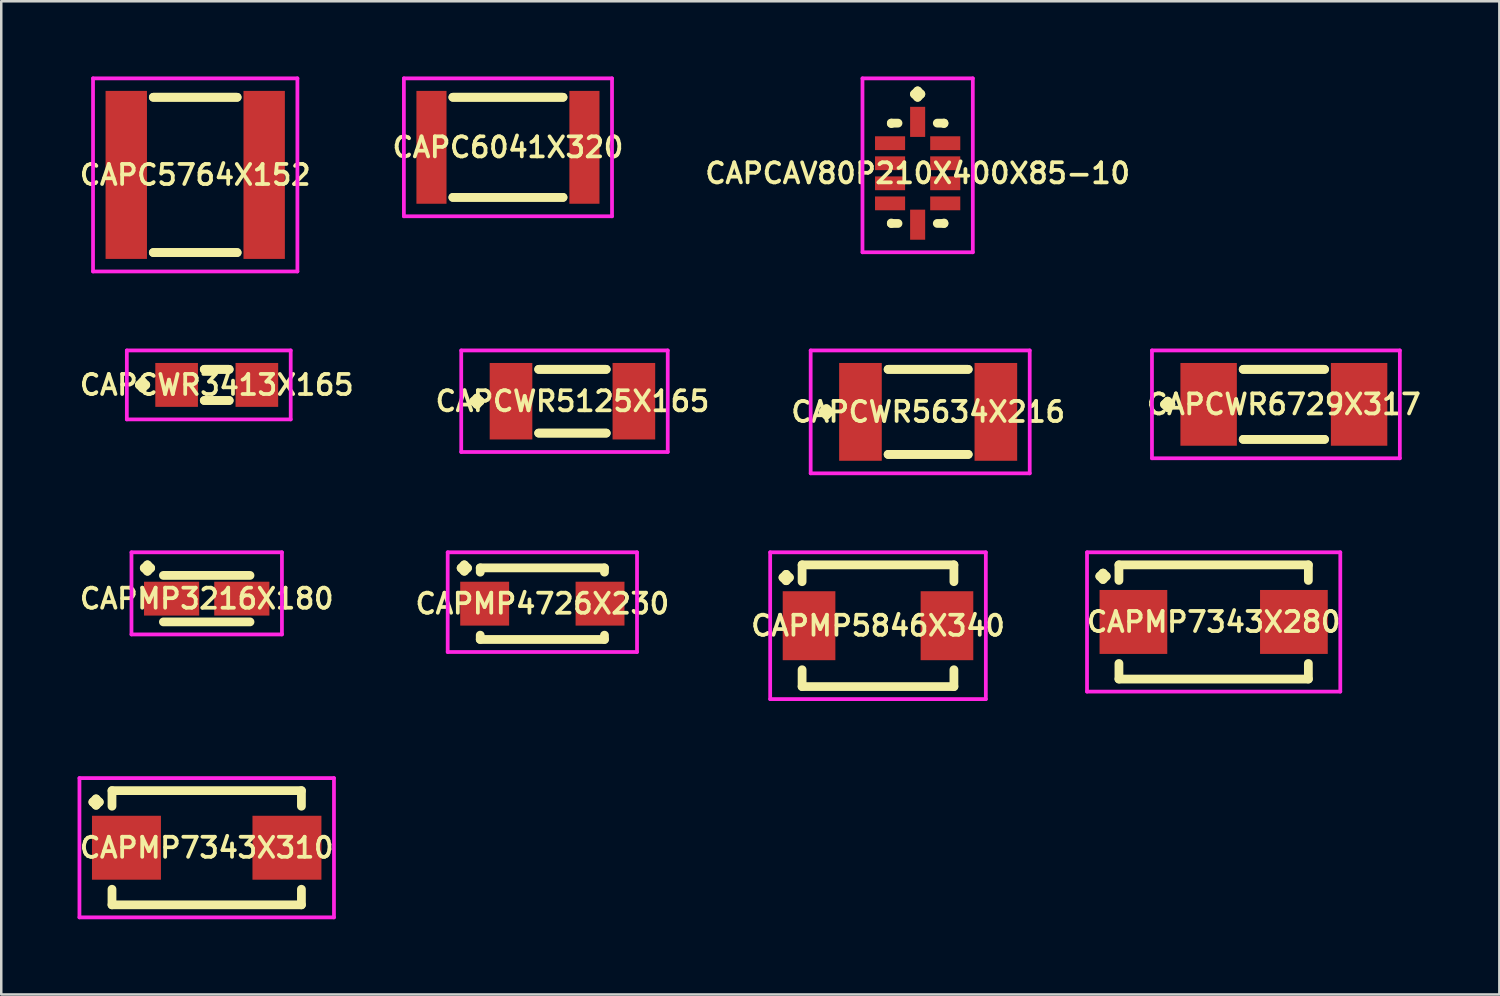
<source format=kicad_pcb>
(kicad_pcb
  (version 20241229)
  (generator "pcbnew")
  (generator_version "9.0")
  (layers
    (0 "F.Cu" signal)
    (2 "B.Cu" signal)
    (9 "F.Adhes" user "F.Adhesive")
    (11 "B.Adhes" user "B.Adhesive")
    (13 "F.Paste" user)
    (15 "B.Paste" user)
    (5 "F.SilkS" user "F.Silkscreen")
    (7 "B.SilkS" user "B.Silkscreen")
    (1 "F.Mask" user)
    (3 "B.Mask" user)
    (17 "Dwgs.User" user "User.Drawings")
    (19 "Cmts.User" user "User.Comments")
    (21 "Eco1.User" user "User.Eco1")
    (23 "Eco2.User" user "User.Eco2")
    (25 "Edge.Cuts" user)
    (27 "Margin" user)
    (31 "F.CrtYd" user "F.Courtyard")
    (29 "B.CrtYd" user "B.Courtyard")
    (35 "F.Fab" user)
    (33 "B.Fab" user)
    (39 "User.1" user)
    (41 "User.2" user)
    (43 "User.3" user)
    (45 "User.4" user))
  (footprint "CAPCWR3413X165"
    (layer "F.Cu")
    (at 5.593 12.3)
    (property "Reference" "CAPCWR3413X165" (at 0 0 0) (layer "F.SilkS") (effects (font (size 0.8 0.8) (thickness 0.15))))
    (attr smd)
    (fp_line (start -3.085 0) (end -2.958 -0.127) (stroke (width 0.35) (type solid)) (layer "F.SilkS"))
    (fp_line (start -2.958 -0.127) (end -2.831 0) (stroke (width 0.35) (type solid)) (layer "F.SilkS"))
    (fp_line (start -2.958 0.127) (end -3.085 0) (stroke (width 0.35) (type solid)) (layer "F.SilkS"))
    (fp_line (start -2.831 0) (end -2.958 0.127) (stroke (width 0.35) (type solid)) (layer "F.SilkS"))
    (fp_line (start -0.496 -0.621) (end 0.496 -0.621) (stroke (width 0.35) (type solid)) (layer "F.SilkS"))
    (fp_line (start -0.496 0.621) (end 0.496 0.621) (stroke (width 0.35) (type solid)) (layer "F.SilkS"))
    (fp_line (start 0.496 -0.621) (end -0.496 -0.621) (stroke (width 0.35) (type solid)) (layer "F.SilkS"))
    (fp_line (start 0.496 0.621) (end -0.496 0.621) (stroke (width 0.35) (type solid)) (layer "F.SilkS"))
    (fp_line (start -3.585 -1.375) (end 2.95 -1.375) (stroke (width 0.15) (type solid)) (layer "F.CrtYd"))
    (fp_line (start -3.585 1.375) (end -3.585 -1.375) (stroke (width 0.15) (type solid)) (layer "F.CrtYd"))
    (fp_line (start 2.95 -1.375) (end 2.95 1.375) (stroke (width 0.15) (type solid)) (layer "F.CrtYd"))
    (fp_line (start 2.95 1.375) (end -3.585 1.375) (stroke (width 0.15) (type solid)) (layer "F.CrtYd"))
    (pad "1" smd rect (at -1.6 0) (size 1.7 1.75) (layers "F.Cu" "F.Mask" "F.Paste"))
    (pad "2" smd rect (at 1.6 0) (size 1.7 1.75) (layers "F.Cu" "F.Mask" "F.Paste")))
  (footprint "CAPCWR5125X165"
    (layer "F.Cu")
    (at 19.778 12.95)
    (property "Reference" "CAPCWR5125X165" (at 0 0 0) (layer "F.SilkS") (effects (font (size 0.8 0.8) (thickness 0.15))))
    (attr smd)
    (fp_line (start -3.935 0) (end -3.808 -0.127) (stroke (width 0.35) (type solid)) (layer "F.SilkS"))
    (fp_line (start -3.808 -0.127) (end -3.681 0) (stroke (width 0.35) (type solid)) (layer "F.SilkS"))
    (fp_line (start -3.808 0.127) (end -3.935 0) (stroke (width 0.35) (type solid)) (layer "F.SilkS"))
    (fp_line (start -3.681 0) (end -3.808 0.127) (stroke (width 0.35) (type solid)) (layer "F.SilkS"))
    (fp_line (start -1.346 -1.271) (end 1.346 -1.271) (stroke (width 0.35) (type solid)) (layer "F.SilkS"))
    (fp_line (start -1.346 1.271) (end 1.346 1.271) (stroke (width 0.35) (type solid)) (layer "F.SilkS"))
    (fp_line (start 1.346 -1.271) (end -1.346 -1.271) (stroke (width 0.35) (type solid)) (layer "F.SilkS"))
    (fp_line (start 1.346 1.271) (end -1.346 1.271) (stroke (width 0.35) (type solid)) (layer "F.SilkS"))
    (fp_line (start -4.435 -2.025) (end 3.8 -2.025) (stroke (width 0.15) (type solid)) (layer "F.CrtYd"))
    (fp_line (start -4.435 2.025) (end -4.435 -2.025) (stroke (width 0.15) (type solid)) (layer "F.CrtYd"))
    (fp_line (start 3.8 -2.025) (end 3.8 2.025) (stroke (width 0.15) (type solid)) (layer "F.CrtYd"))
    (fp_line (start 3.8 2.025) (end -4.435 2.025) (stroke (width 0.15) (type solid)) (layer "F.CrtYd"))
    (pad "1" smd rect (at -2.45 0) (size 1.7 3.05) (layers "F.Cu" "F.Mask" "F.Paste"))
    (pad "2" smd rect (at 2.45 0) (size 1.7 3.05) (layers "F.Cu" "F.Mask" "F.Paste")))
  (footprint "CAPMP7343X280"
    (layer "F.Cu")
    (at 45.348 21.752)
    (property "Reference" "CAPMP7343X280" (at 0 0 0) (layer "F.SilkS") (effects (font (size 0.8 0.8) (thickness 0.15))))
    (attr smd)
    (fp_line (start -4.539 -1.821) (end -4.412 -1.948) (stroke (width 0.35) (type solid)) (layer "F.SilkS"))
    (fp_line (start -4.412 -1.948) (end -4.285 -1.821) (stroke (width 0.35) (type solid)) (layer "F.SilkS"))
    (fp_line (start -4.412 -1.694) (end -4.539 -1.821) (stroke (width 0.35) (type solid)) (layer "F.SilkS"))
    (fp_line (start -4.285 -1.821) (end -4.412 -1.694) (stroke (width 0.35) (type solid)) (layer "F.SilkS"))
    (fp_line (start -3.777 -2.277) (end 3.777 -2.277) (stroke (width 0.35) (type solid)) (layer "F.SilkS"))
    (fp_line (start -3.777 -1.656) (end -3.777 -2.277) (stroke (width 0.35) (type solid)) (layer "F.SilkS"))
    (fp_line (start -3.777 1.656) (end -3.777 2.277) (stroke (width 0.35) (type solid)) (layer "F.SilkS"))
    (fp_line (start -3.777 2.277) (end 3.777 2.277) (stroke (width 0.35) (type solid)) (layer "F.SilkS"))
    (fp_line (start 3.777 -2.277) (end 3.777 -1.656) (stroke (width 0.35) (type solid)) (layer "F.SilkS"))
    (fp_line (start 3.777 2.277) (end 3.777 1.656) (stroke (width 0.35) (type solid)) (layer "F.SilkS"))
    (fp_line (start -5.05 -2.777) (end 5.05 -2.777) (stroke (width 0.15) (type solid)) (layer "F.CrtYd"))
    (fp_line (start -5.05 2.777) (end -5.05 -2.777) (stroke (width 0.15) (type solid)) (layer "F.CrtYd"))
    (fp_line (start 5.05 -2.777) (end 5.05 2.777) (stroke (width 0.15) (type solid)) (layer "F.CrtYd"))
    (fp_line (start 5.05 2.777) (end -5.05 2.777) (stroke (width 0.15) (type solid)) (layer "F.CrtYd"))
    (pad "1" smd rect (at -3.2 0) (size 2.7 2.55) (layers "F.Cu" "F.Mask" "F.Paste"))
    (pad "2" smd rect (at 3.2 0) (size 2.7 2.55) (layers "F.Cu" "F.Mask" "F.Paste")))
  (footprint "CAPCAV80P210X400X85-10"
    (layer "F.Cu")
    (at 33.544 3.86)
    (property "Reference" "CAPCAV80P210X400X85-10" (at 0 0 0) (layer "F.SilkS") (effects (font (size 0.8 0.8) (thickness 0.15))))
    (attr smd)
    (fp_line (start -1.05 -2) (end -0.783 -2) (stroke (width 0.35) (type solid)) (layer "F.SilkS"))
    (fp_line (start -1.05 -1.983) (end -1.05 -2) (stroke (width 0.35) (type solid)) (layer "F.SilkS"))
    (fp_line (start -1.05 1.983) (end -1.05 2) (stroke (width 0.35) (type solid)) (layer "F.SilkS"))
    (fp_line (start -1.05 2) (end -0.783 2) (stroke (width 0.35) (type solid)) (layer "F.SilkS"))
    (fp_line (start -0.127 -3.158) (end 0 -3.285) (stroke (width 0.35) (type solid)) (layer "F.SilkS"))
    (fp_line (start 0 -3.285) (end 0.127 -3.158) (stroke (width 0.35) (type solid)) (layer "F.SilkS"))
    (fp_line (start 0 -3.031) (end -0.127 -3.158) (stroke (width 0.35) (type solid)) (layer "F.SilkS"))
    (fp_line (start 0.127 -3.158) (end 0 -3.031) (stroke (width 0.35) (type solid)) (layer "F.SilkS"))
    (fp_line (start 1.05 -2) (end 0.783 -2) (stroke (width 0.35) (type solid)) (layer "F.SilkS"))
    (fp_line (start 1.05 -1.983) (end 1.05 -2) (stroke (width 0.35) (type solid)) (layer "F.SilkS"))
    (fp_line (start 1.05 1.983) (end 1.05 2) (stroke (width 0.35) (type solid)) (layer "F.SilkS"))
    (fp_line (start 1.05 2) (end 0.783 2) (stroke (width 0.35) (type solid)) (layer "F.SilkS"))
    (fp_line (start -2.2 -3.785) (end 2.2 -3.785) (stroke (width 0.15) (type solid)) (layer "F.CrtYd"))
    (fp_line (start -2.2 3.15) (end -2.2 -3.785) (stroke (width 0.15) (type solid)) (layer "F.CrtYd"))
    (fp_line (start 2.2 -3.785) (end 2.2 3.15) (stroke (width 0.15) (type solid)) (layer "F.CrtYd"))
    (fp_line (start 2.2 3.15) (end -2.2 3.15) (stroke (width 0.15) (type solid)) (layer "F.CrtYd"))
    (pad "1" smd rect (at 0 -2.05) (size 0.6 1.2) (layers "F.Cu" "F.Mask" "F.Paste"))
    (pad "2" smd rect (at -1.1 -1.2) (size 1.2 0.55) (layers "F.Cu" "F.Mask" "F.Paste"))
    (pad "3" smd rect (at -1.1 -0.4) (size 1.2 0.55) (layers "F.Cu" "F.Mask" "F.Paste"))
    (pad "4" smd rect (at -1.1 0.4) (size 1.2 0.55) (layers "F.Cu" "F.Mask" "F.Paste"))
    (pad "5" smd rect (at -1.1 1.2) (size 1.2 0.55) (layers "F.Cu" "F.Mask" "F.Paste"))
    (pad "6" smd rect (at 0 2.05) (size 0.6 1.2) (layers "F.Cu" "F.Mask" "F.Paste"))
    (pad "7" smd rect (at 1.1 1.2) (size 1.2 0.55) (layers "F.Cu" "F.Mask" "F.Paste"))
    (pad "8" smd rect (at 1.1 0.4) (size 1.2 0.55) (layers "F.Cu" "F.Mask" "F.Paste"))
    (pad "9" smd rect (at 1.1 -0.4) (size 1.2 0.55) (layers "F.Cu" "F.Mask" "F.Paste"))
    (pad "10" smd rect (at 1.1 -1.2) (size 1.2 0.55) (layers "F.Cu" "F.Mask" "F.Paste")))
  (footprint "CAPMP7343X310"
    (layer "F.Cu")
    (at 5.193 30.756)
    (property "Reference" "CAPMP7343X310" (at 0 0 0) (layer "F.SilkS") (effects (font (size 0.8 0.8) (thickness 0.15))))
    (attr smd)
    (fp_line (start -4.539 -1.821) (end -4.412 -1.948) (stroke (width 0.35) (type solid)) (layer "F.SilkS"))
    (fp_line (start -4.412 -1.948) (end -4.285 -1.821) (stroke (width 0.35) (type solid)) (layer "F.SilkS"))
    (fp_line (start -4.412 -1.694) (end -4.539 -1.821) (stroke (width 0.35) (type solid)) (layer "F.SilkS"))
    (fp_line (start -4.285 -1.821) (end -4.412 -1.694) (stroke (width 0.35) (type solid)) (layer "F.SilkS"))
    (fp_line (start -3.777 -2.277) (end 3.777 -2.277) (stroke (width 0.35) (type solid)) (layer "F.SilkS"))
    (fp_line (start -3.777 -1.656) (end -3.777 -2.277) (stroke (width 0.35) (type solid)) (layer "F.SilkS"))
    (fp_line (start -3.777 1.656) (end -3.777 2.277) (stroke (width 0.35) (type solid)) (layer "F.SilkS"))
    (fp_line (start -3.777 2.277) (end 3.777 2.277) (stroke (width 0.35) (type solid)) (layer "F.SilkS"))
    (fp_line (start 3.777 -2.277) (end 3.777 -1.656) (stroke (width 0.35) (type solid)) (layer "F.SilkS"))
    (fp_line (start 3.777 2.277) (end 3.777 1.656) (stroke (width 0.35) (type solid)) (layer "F.SilkS"))
    (fp_line (start -5.075 -2.777) (end 5.075 -2.777) (stroke (width 0.15) (type solid)) (layer "F.CrtYd"))
    (fp_line (start -5.075 2.777) (end -5.075 -2.777) (stroke (width 0.15) (type solid)) (layer "F.CrtYd"))
    (fp_line (start 5.075 -2.777) (end 5.075 2.777) (stroke (width 0.15) (type solid)) (layer "F.CrtYd"))
    (fp_line (start 5.075 2.777) (end -5.075 2.777) (stroke (width 0.15) (type solid)) (layer "F.CrtYd"))
    (pad "1" smd rect (at -3.2 0) (size 2.75 2.55) (layers "F.Cu" "F.Mask" "F.Paste"))
    (pad "2" smd rect (at 3.2 0) (size 2.75 2.55) (layers "F.Cu" "F.Mask" "F.Paste")))
  (footprint "CAPMP5846X340"
    (layer "F.Cu")
    (at 31.963 21.902)
    (property "Reference" "CAPMP5846X340" (at 0 0 0) (layer "F.SilkS") (effects (font (size 0.8 0.8) (thickness 0.15))))
    (attr smd)
    (fp_line (start -3.789 -1.921) (end -3.662 -2.048) (stroke (width 0.35) (type solid)) (layer "F.SilkS"))
    (fp_line (start -3.662 -2.048) (end -3.535 -1.921) (stroke (width 0.35) (type solid)) (layer "F.SilkS"))
    (fp_line (start -3.662 -1.794) (end -3.789 -1.921) (stroke (width 0.35) (type solid)) (layer "F.SilkS"))
    (fp_line (start -3.535 -1.921) (end -3.662 -1.794) (stroke (width 0.35) (type solid)) (layer "F.SilkS"))
    (fp_line (start -3.027 -2.427) (end 3.027 -2.427) (stroke (width 0.35) (type solid)) (layer "F.SilkS"))
    (fp_line (start -3.027 -1.756) (end -3.027 -2.427) (stroke (width 0.35) (type solid)) (layer "F.SilkS"))
    (fp_line (start -3.027 1.756) (end -3.027 2.427) (stroke (width 0.35) (type solid)) (layer "F.SilkS"))
    (fp_line (start -3.027 2.427) (end 3.027 2.427) (stroke (width 0.35) (type solid)) (layer "F.SilkS"))
    (fp_line (start 3.027 -2.427) (end 3.027 -1.756) (stroke (width 0.35) (type solid)) (layer "F.SilkS"))
    (fp_line (start 3.027 2.427) (end 3.027 1.756) (stroke (width 0.35) (type solid)) (layer "F.SilkS"))
    (fp_line (start -4.3 -2.927) (end 4.3 -2.927) (stroke (width 0.15) (type solid)) (layer "F.CrtYd"))
    (fp_line (start -4.3 2.927) (end -4.3 -2.927) (stroke (width 0.15) (type solid)) (layer "F.CrtYd"))
    (fp_line (start 4.3 -2.927) (end 4.3 2.927) (stroke (width 0.15) (type solid)) (layer "F.CrtYd"))
    (fp_line (start 4.3 2.927) (end -4.3 2.927) (stroke (width 0.15) (type solid)) (layer "F.CrtYd"))
    (pad "1" smd rect (at -2.75 0) (size 2.1 2.75) (layers "F.Cu" "F.Mask" "F.Paste"))
    (pad "2" smd rect (at 2.75 0) (size 2.1 2.75) (layers "F.Cu" "F.Mask" "F.Paste")))
  (footprint "CAPCWR6729X317"
    (layer "F.Cu")
    (at 48.148 13.075)
    (property "Reference" "CAPCWR6729X317" (at 0 0 0) (layer "F.SilkS") (effects (font (size 0.8 0.8) (thickness 0.15))))
    (attr smd)
    (fp_line (start -4.76 0) (end -4.633 -0.127) (stroke (width 0.35) (type solid)) (layer "F.SilkS"))
    (fp_line (start -4.633 -0.127) (end -4.506 0) (stroke (width 0.35) (type solid)) (layer "F.SilkS"))
    (fp_line (start -4.633 0.127) (end -4.76 0) (stroke (width 0.35) (type solid)) (layer "F.SilkS"))
    (fp_line (start -4.506 0) (end -4.633 0.127) (stroke (width 0.35) (type solid)) (layer "F.SilkS"))
    (fp_line (start -1.621 -1.396) (end 1.621 -1.396) (stroke (width 0.35) (type solid)) (layer "F.SilkS"))
    (fp_line (start -1.621 1.396) (end 1.621 1.396) (stroke (width 0.35) (type solid)) (layer "F.SilkS"))
    (fp_line (start 1.621 -1.396) (end -1.621 -1.396) (stroke (width 0.35) (type solid)) (layer "F.SilkS"))
    (fp_line (start 1.621 1.396) (end -1.621 1.396) (stroke (width 0.35) (type solid)) (layer "F.SilkS"))
    (fp_line (start -5.26 -2.15) (end 4.625 -2.15) (stroke (width 0.15) (type solid)) (layer "F.CrtYd"))
    (fp_line (start -5.26 2.15) (end -5.26 -2.15) (stroke (width 0.15) (type solid)) (layer "F.CrtYd"))
    (fp_line (start 4.625 -2.15) (end 4.625 2.15) (stroke (width 0.15) (type solid)) (layer "F.CrtYd"))
    (fp_line (start 4.625 2.15) (end -5.26 2.15) (stroke (width 0.15) (type solid)) (layer "F.CrtYd"))
    (pad "1" smd rect (at -3 0) (size 2.25 3.3) (layers "F.Cu" "F.Mask" "F.Paste"))
    (pad "2" smd rect (at 3 0) (size 2.25 3.3) (layers "F.Cu" "F.Mask" "F.Paste")))
  (footprint "CAPMP4726X230"
    (layer "F.Cu")
    (at 18.578 21.023)
    (property "Reference" "CAPMP4726X230" (at 0 0 0) (layer "F.SilkS") (effects (font (size 0.8 0.8) (thickness 0.15))))
    (attr smd)
    (fp_line (start -3.239 -1.421) (end -3.112 -1.548) (stroke (width 0.35) (type solid)) (layer "F.SilkS"))
    (fp_line (start -3.112 -1.548) (end -2.985 -1.421) (stroke (width 0.35) (type solid)) (layer "F.SilkS"))
    (fp_line (start -3.112 -1.294) (end -3.239 -1.421) (stroke (width 0.35) (type solid)) (layer "F.SilkS"))
    (fp_line (start -2.985 -1.421) (end -3.112 -1.294) (stroke (width 0.35) (type solid)) (layer "F.SilkS"))
    (fp_line (start -2.477 -1.427) (end 2.477 -1.427) (stroke (width 0.35) (type solid)) (layer "F.SilkS"))
    (fp_line (start -2.477 -1.256) (end -2.477 -1.427) (stroke (width 0.35) (type solid)) (layer "F.SilkS"))
    (fp_line (start -2.477 1.256) (end -2.477 1.427) (stroke (width 0.35) (type solid)) (layer "F.SilkS"))
    (fp_line (start -2.477 1.427) (end 2.477 1.427) (stroke (width 0.35) (type solid)) (layer "F.SilkS"))
    (fp_line (start 2.477 -1.427) (end 2.477 -1.256) (stroke (width 0.35) (type solid)) (layer "F.SilkS"))
    (fp_line (start 2.477 1.427) (end 2.477 1.256) (stroke (width 0.35) (type solid)) (layer "F.SilkS"))
    (fp_line (start -3.775 -2.048) (end 3.775 -2.048) (stroke (width 0.15) (type solid)) (layer "F.CrtYd"))
    (fp_line (start -3.775 1.927) (end -3.775 -2.048) (stroke (width 0.15) (type solid)) (layer "F.CrtYd"))
    (fp_line (start 3.775 -2.048) (end 3.775 1.927) (stroke (width 0.15) (type solid)) (layer "F.CrtYd"))
    (fp_line (start 3.775 1.927) (end -3.775 1.927) (stroke (width 0.15) (type solid)) (layer "F.CrtYd"))
    (pad "1" smd rect (at -2.3 0) (size 1.95 1.75) (layers "F.Cu" "F.Mask" "F.Paste"))
    (pad "2" smd rect (at 2.3 0) (size 1.95 1.75) (layers "F.Cu" "F.Mask" "F.Paste")))
  (footprint "CAPCWR5634X216"
    (layer "F.Cu")
    (at 33.963 13.375)
    (property "Reference" "CAPCWR5634X216" (at 0 0 0) (layer "F.SilkS") (effects (font (size 0.8 0.8) (thickness 0.15))))
    (attr smd)
    (fp_line (start -4.185 0) (end -4.058 -0.127) (stroke (width 0.35) (type solid)) (layer "F.SilkS"))
    (fp_line (start -4.058 -0.127) (end -3.931 0) (stroke (width 0.35) (type solid)) (layer "F.SilkS"))
    (fp_line (start -4.058 0.127) (end -4.185 0) (stroke (width 0.35) (type solid)) (layer "F.SilkS"))
    (fp_line (start -3.931 0) (end -4.058 0.127) (stroke (width 0.35) (type solid)) (layer "F.SilkS"))
    (fp_line (start -1.596 -1.696) (end 1.596 -1.696) (stroke (width 0.35) (type solid)) (layer "F.SilkS"))
    (fp_line (start -1.596 1.696) (end 1.596 1.696) (stroke (width 0.35) (type solid)) (layer "F.SilkS"))
    (fp_line (start 1.596 -1.696) (end -1.596 -1.696) (stroke (width 0.35) (type solid)) (layer "F.SilkS"))
    (fp_line (start 1.596 1.696) (end -1.596 1.696) (stroke (width 0.35) (type solid)) (layer "F.SilkS"))
    (fp_line (start -4.685 -2.45) (end 4.05 -2.45) (stroke (width 0.15) (type solid)) (layer "F.CrtYd"))
    (fp_line (start -4.685 2.45) (end -4.685 -2.45) (stroke (width 0.15) (type solid)) (layer "F.CrtYd"))
    (fp_line (start 4.05 -2.45) (end 4.05 2.45) (stroke (width 0.15) (type solid)) (layer "F.CrtYd"))
    (fp_line (start 4.05 2.45) (end -4.685 2.45) (stroke (width 0.15) (type solid)) (layer "F.CrtYd"))
    (pad "1" smd rect (at -2.7 0) (size 1.7 3.9) (layers "F.Cu" "F.Mask" "F.Paste"))
    (pad "2" smd rect (at 2.7 0) (size 1.7 3.9) (layers "F.Cu" "F.Mask" "F.Paste")))
  (footprint "CAPC6041X320"
    (layer "F.Cu")
    (at 17.206 2.825)
    (property "Reference" "CAPC6041X320" (at 0 0 0) (layer "F.SilkS") (effects (font (size 0.8 0.8) (thickness 0.15))))
    (attr smd)
    (fp_line (start -2.196 -1.996) (end 2.196 -1.996) (stroke (width 0.35) (type solid)) (layer "F.SilkS"))
    (fp_line (start -2.196 1.996) (end 2.196 1.996) (stroke (width 0.35) (type solid)) (layer "F.SilkS"))
    (fp_line (start 2.196 -1.996) (end -2.196 -1.996) (stroke (width 0.35) (type solid)) (layer "F.SilkS"))
    (fp_line (start 2.196 1.996) (end -2.196 1.996) (stroke (width 0.35) (type solid)) (layer "F.SilkS"))
    (fp_line (start -4.15 -2.75) (end 4.15 -2.75) (stroke (width 0.15) (type solid)) (layer "F.CrtYd"))
    (fp_line (start -4.15 2.75) (end -4.15 -2.75) (stroke (width 0.15) (type solid)) (layer "F.CrtYd"))
    (fp_line (start 4.15 -2.75) (end 4.15 2.75) (stroke (width 0.15) (type solid)) (layer "F.CrtYd"))
    (fp_line (start 4.15 2.75) (end -4.15 2.75) (stroke (width 0.15) (type solid)) (layer "F.CrtYd"))
    (pad "1" smd rect (at -3.05 0) (size 1.2 4.5) (layers "F.Cu" "F.Mask" "F.Paste"))
    (pad "2" smd rect (at 3.05 0) (size 1.2 4.5) (layers "F.Cu" "F.Mask" "F.Paste")))
  (footprint "CAPC5764X152"
    (layer "F.Cu")
    (at 4.735 3.925)
    (property "Reference" "CAPC5764X152" (at 0 0 0) (layer "F.SilkS") (effects (font (size 0.8 0.8) (thickness 0.15))))
    (attr smd)
    (fp_line (start -1.671 -3.096) (end 1.671 -3.096) (stroke (width 0.35) (type solid)) (layer "F.SilkS"))
    (fp_line (start -1.671 3.096) (end 1.671 3.096) (stroke (width 0.35) (type solid)) (layer "F.SilkS"))
    (fp_line (start 1.671 -3.096) (end -1.671 -3.096) (stroke (width 0.35) (type solid)) (layer "F.SilkS"))
    (fp_line (start 1.671 3.096) (end -1.671 3.096) (stroke (width 0.35) (type solid)) (layer "F.SilkS"))
    (fp_line (start -4.075 -3.85) (end 4.075 -3.85) (stroke (width 0.15) (type solid)) (layer "F.CrtYd"))
    (fp_line (start -4.075 3.85) (end -4.075 -3.85) (stroke (width 0.15) (type solid)) (layer "F.CrtYd"))
    (fp_line (start 4.075 -3.85) (end 4.075 3.85) (stroke (width 0.15) (type solid)) (layer "F.CrtYd"))
    (fp_line (start 4.075 3.85) (end -4.075 3.85) (stroke (width 0.15) (type solid)) (layer "F.CrtYd"))
    (pad "1" smd rect (at -2.75 0) (size 1.65 6.7) (layers "F.Cu" "F.Mask" "F.Paste"))
    (pad "2" smd rect (at 2.75 0) (size 1.65 6.7) (layers "F.Cu" "F.Mask" "F.Paste")))
  (footprint "CAPMP3216X180"
    (layer "F.Cu")
    (at 5.193 20.823)
    (property "Reference" "CAPMP3216X180" (at 0 0 0) (layer "F.SilkS") (effects (font (size 0.8 0.8) (thickness 0.15))))
    (attr smd)
    (fp_line (start -2.489 -1.221) (end -2.362 -1.348) (stroke (width 0.35) (type solid)) (layer "F.SilkS"))
    (fp_line (start -2.362 -1.348) (end -2.235 -1.221) (stroke (width 0.35) (type solid)) (layer "F.SilkS"))
    (fp_line (start -2.362 -1.094) (end -2.489 -1.221) (stroke (width 0.35) (type solid)) (layer "F.SilkS"))
    (fp_line (start -2.235 -1.221) (end -2.362 -1.094) (stroke (width 0.35) (type solid)) (layer "F.SilkS"))
    (fp_line (start -1.727 -0.927) (end 1.727 -0.927) (stroke (width 0.35) (type solid)) (layer "F.SilkS"))
    (fp_line (start -1.727 0.927) (end 1.727 0.927) (stroke (width 0.35) (type solid)) (layer "F.SilkS"))
    (fp_line (start -3 -1.848) (end 3 -1.848) (stroke (width 0.15) (type solid)) (layer "F.CrtYd"))
    (fp_line (start -3 1.427) (end -3 -1.848) (stroke (width 0.15) (type solid)) (layer "F.CrtYd"))
    (fp_line (start 3 -1.848) (end 3 1.427) (stroke (width 0.15) (type solid)) (layer "F.CrtYd"))
    (fp_line (start 3 1.427) (end -3 1.427) (stroke (width 0.15) (type solid)) (layer "F.CrtYd"))
    (pad "1" smd rect (at -1.4 0) (size 2.2 1.35) (layers "F.Cu" "F.Mask" "F.Paste"))
    (pad "2" smd rect (at 1.4 0) (size 2.2 1.35) (layers "F.Cu" "F.Mask" "F.Paste")))
  (gr_rect
    (start -3 -3)
    (end 56.741 36.608)
    (stroke (width 0.1) (type default))
    (fill no)
    (layer "Edge.Cuts")))
</source>
